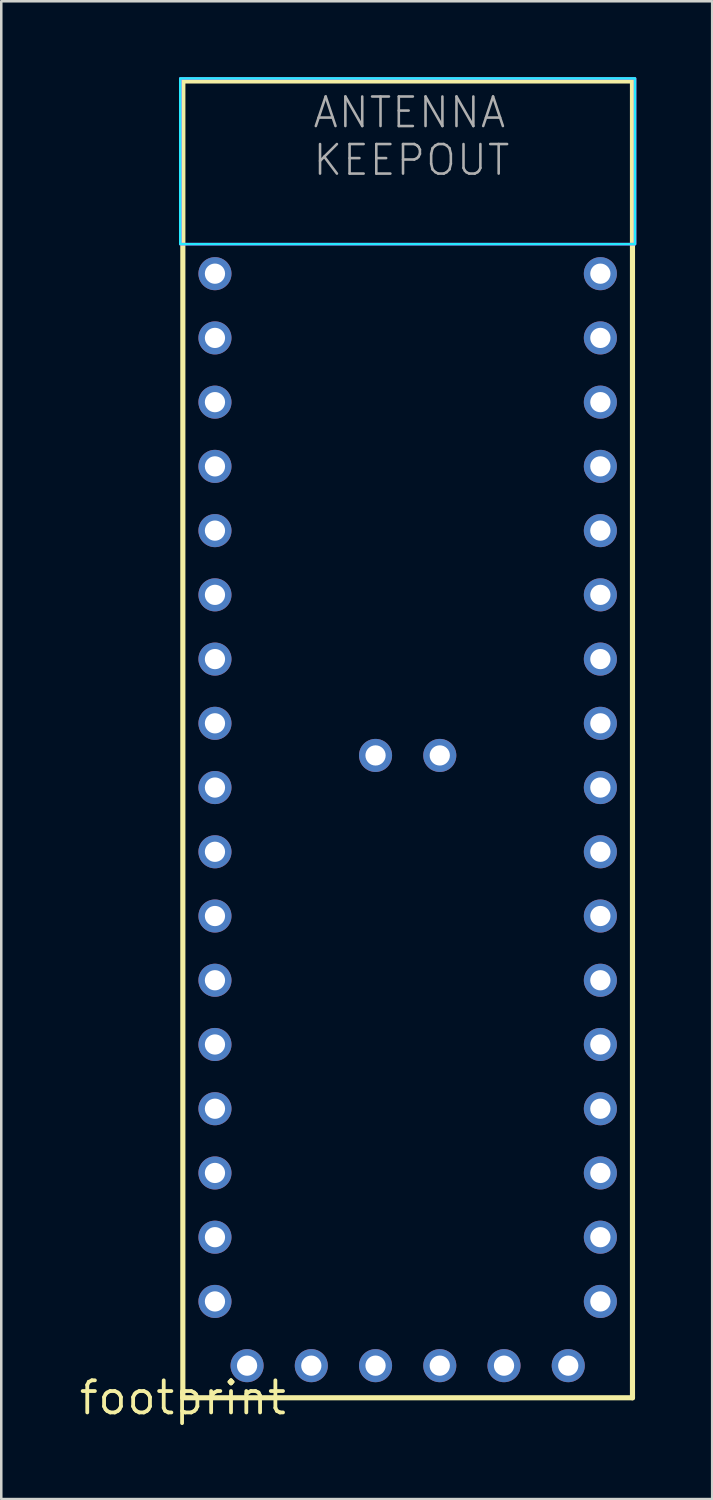
<source format=kicad_pcb>
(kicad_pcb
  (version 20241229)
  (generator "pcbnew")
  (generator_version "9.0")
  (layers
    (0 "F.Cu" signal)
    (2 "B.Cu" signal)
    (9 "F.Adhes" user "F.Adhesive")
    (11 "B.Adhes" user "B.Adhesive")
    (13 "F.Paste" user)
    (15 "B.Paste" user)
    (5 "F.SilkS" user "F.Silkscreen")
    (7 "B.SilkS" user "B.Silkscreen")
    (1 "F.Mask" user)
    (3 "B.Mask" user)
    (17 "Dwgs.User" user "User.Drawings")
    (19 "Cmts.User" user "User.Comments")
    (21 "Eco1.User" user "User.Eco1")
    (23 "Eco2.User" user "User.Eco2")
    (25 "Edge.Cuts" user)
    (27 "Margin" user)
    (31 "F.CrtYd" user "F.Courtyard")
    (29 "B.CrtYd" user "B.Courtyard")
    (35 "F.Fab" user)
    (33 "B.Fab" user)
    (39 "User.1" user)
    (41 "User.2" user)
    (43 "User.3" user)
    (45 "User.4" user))
  (footprint "footprint"
    (layer "F.Cu")
    (at 4.18 52.222)
    (property "Reference" "footprint" (at 0 0 0) (layer "F.SilkS") (effects (font (size 1.27 1.27) (thickness 0.15))))
    (fp_line (start 0 -52.07) (end 17.78 -52.07) (stroke (width 0.203) (type solid)) (layer "F.SilkS"))
    (fp_line (start 0 0) (end 0 -52.07) (stroke (width 0.203) (type solid)) (layer "F.SilkS"))
    (fp_line (start 17.78 -52.07) (end 17.78 0) (stroke (width 0.203) (type solid)) (layer "F.SilkS"))
    (fp_line (start 17.78 0) (end 0 0) (stroke (width 0.203) (type solid)) (layer "F.SilkS"))
    (fp_poly (pts (xy 17.882 -45.618) (xy -0.102 -45.618) (xy -0.102 -52.172) (xy 17.882 -52.172)) (stroke (width 0.1) (type solid)) (fill no) (layer "B.CrtYd"))
    (fp_poly (pts (xy 17.882 -45.618) (xy -0.102 -45.618) (xy -0.102 -52.172) (xy 17.882 -52.172)) (stroke (width 0.1) (type solid)) (fill no) (layer "F.CrtYd"))
    (fp_text user "ANTENNA \nKEEPOUT" (at 5.08 -48.26 0) (layer "F.Fab") (effects (font (size 1.168 1.168) (thickness 0.102)) (justify left bottom)))
    (pad "!RST" thru_hole circle (at 1.27 -11.43) (size 1.308 1.308) (drill 0.8) (layers "*.Cu" "*.Mask"))
    (pad "00/X1" thru_hole circle (at 16.51 -11.43) (size 1.308 1.308) (drill 0.8) (layers "*.Cu" "*.Mask"))
    (pad "1-NFC" thru_hole circle (at 7.62 -25.4) (size 1.308 1.308) (drill 0.8) (layers "*.Cu" "*.Mask"))
    (pad "01/X2" thru_hole circle (at 16.51 -13.97) (size 1.308 1.308) (drill 0.8) (layers "*.Cu" "*.Mask"))
    (pad "2-NFC" thru_hole circle (at 10.16 -25.4) (size 1.308 1.308) (drill 0.8) (layers "*.Cu" "*.Mask"))
    (pad "02/A0" thru_hole circle (at 16.51 -16.51) (size 1.308 1.308) (drill 0.8) (layers "*.Cu" "*.Mask"))
    (pad "3.3V" thru_hole circle (at 1.27 -8.89) (size 1.308 1.308) (drill 0.8) (layers "*.Cu" "*.Mask"))
    (pad "3.3V@1" thru_hole circle (at 16.51 -8.89) (size 1.308 1.308) (drill 0.8) (layers "*.Cu" "*.Mask"))
    (pad "03/A1" thru_hole circle (at 16.51 -19.05) (size 1.308 1.308) (drill 0.8) (layers "*.Cu" "*.Mask"))
    (pad "04/A2" thru_hole circle (at 16.51 -21.59) (size 1.308 1.308) (drill 0.8) (layers "*.Cu" "*.Mask"))
    (pad "05/A3" thru_hole circle (at 16.51 -24.13) (size 1.308 1.308) (drill 0.8) (layers "*.Cu" "*.Mask"))
    (pad "08" thru_hole circle (at 16.51 -26.67) (size 1.308 1.308) (drill 0.8) (layers "*.Cu" "*.Mask"))
    (pad "09" thru_hole circle (at 16.51 -29.21) (size 1.308 1.308) (drill 0.8) (layers "*.Cu" "*.Mask"))
    (pad "10" thru_hole circle (at 16.51 -31.75) (size 1.308 1.308) (drill 0.8) (layers "*.Cu" "*.Mask"))
    (pad "11" thru_hole circle (at 16.51 -34.29) (size 1.308 1.308) (drill 0.8) (layers "*.Cu" "*.Mask"))
    (pad "12" thru_hole circle (at 16.51 -36.83) (size 1.308 1.308) (drill 0.8) (layers "*.Cu" "*.Mask"))
    (pad "13" thru_hole circle (at 16.51 -39.37) (size 1.308 1.308) (drill 0.8) (layers "*.Cu" "*.Mask"))
    (pad "14" thru_hole circle (at 16.51 -41.91) (size 1.308 1.308) (drill 0.8) (layers "*.Cu" "*.Mask"))
    (pad "15" thru_hole circle (at 16.51 -44.45) (size 1.308 1.308) (drill 0.8) (layers "*.Cu" "*.Mask"))
    (pad "16" thru_hole circle (at 1.27 -44.45) (size 1.308 1.308) (drill 0.8) (layers "*.Cu" "*.Mask"))
    (pad "17" thru_hole circle (at 1.27 -41.91) (size 1.308 1.308) (drill 0.8) (layers "*.Cu" "*.Mask"))
    (pad "18" thru_hole circle (at 1.27 -39.37) (size 1.308 1.308) (drill 0.8) (layers "*.Cu" "*.Mask"))
    (pad "19" thru_hole circle (at 1.27 -36.83) (size 1.308 1.308) (drill 0.8) (layers "*.Cu" "*.Mask"))
    (pad "20" thru_hole circle (at 1.27 -34.29) (size 1.308 1.308) (drill 0.8) (layers "*.Cu" "*.Mask"))
    (pad "22" thru_hole circle (at 1.27 -31.75) (size 1.308 1.308) (drill 0.8) (layers "*.Cu" "*.Mask"))
    (pad "23" thru_hole circle (at 1.27 -29.21) (size 1.308 1.308) (drill 0.8) (layers "*.Cu" "*.Mask"))
    (pad "24" thru_hole circle (at 1.27 -26.67) (size 1.308 1.308) (drill 0.8) (layers "*.Cu" "*.Mask"))
    (pad "25" thru_hole circle (at 1.27 -24.13) (size 1.308 1.308) (drill 0.8) (layers "*.Cu" "*.Mask"))
    (pad "26/RX" thru_hole circle (at 7.62 -1.27) (size 1.308 1.308) (drill 0.8) (layers "*.Cu" "*.Mask"))
    (pad "27/TX" thru_hole circle (at 5.08 -1.27) (size 1.308 1.308) (drill 0.8) (layers "*.Cu" "*.Mask"))
    (pad "28/A4" thru_hole circle (at 1.27 -21.59) (size 1.308 1.308) (drill 0.8) (layers "*.Cu" "*.Mask"))
    (pad "29/A5" thru_hole circle (at 1.27 -19.05) (size 1.308 1.308) (drill 0.8) (layers "*.Cu" "*.Mask"))
    (pad "30/A6" thru_hole circle (at 1.27 -16.51) (size 1.308 1.308) (drill 0.8) (layers "*.Cu" "*.Mask"))
    (pad "31/A7" thru_hole circle (at 1.27 -13.97) (size 1.308 1.308) (drill 0.8) (layers "*.Cu" "*.Mask"))
    (pad "GND" thru_hole circle (at 1.27 -3.81) (size 1.308 1.308) (drill 0.8) (layers "*.Cu" "*.Mask"))
    (pad "GND1" thru_hole circle (at 15.24 -1.27) (size 1.308 1.308) (drill 0.8) (layers "*.Cu" "*.Mask"))
    (pad "GND2" thru_hole circle (at 16.51 -3.81) (size 1.308 1.308) (drill 0.8) (layers "*.Cu" "*.Mask"))
    (pad "P$1" thru_hole circle (at 2.54 -1.27) (size 1.308 1.308) (drill 0.8) (layers "*.Cu" "*.Mask"))
    (pad "P$5" thru_hole circle (at 12.7 -1.27) (size 1.308 1.308) (drill 0.8) (layers "*.Cu" "*.Mask"))
    (pad "VCC" thru_hole circle (at 10.16 -1.27) (size 1.308 1.308) (drill 0.8) (layers "*.Cu" "*.Mask"))
    (pad "VIN" thru_hole circle (at 1.27 -6.35) (size 1.308 1.308) (drill 0.8) (layers "*.Cu" "*.Mask"))
    (pad "VIN1" thru_hole circle (at 16.51 -6.35) (size 1.308 1.308) (drill 0.8) (layers "*.Cu" "*.Mask")))
  (gr_rect
    (start -3 -3)
    (end 25.112 56.228)
    (stroke (width 0.1) (type default))
    (fill no)
    (layer "Edge.Cuts")))
</source>
